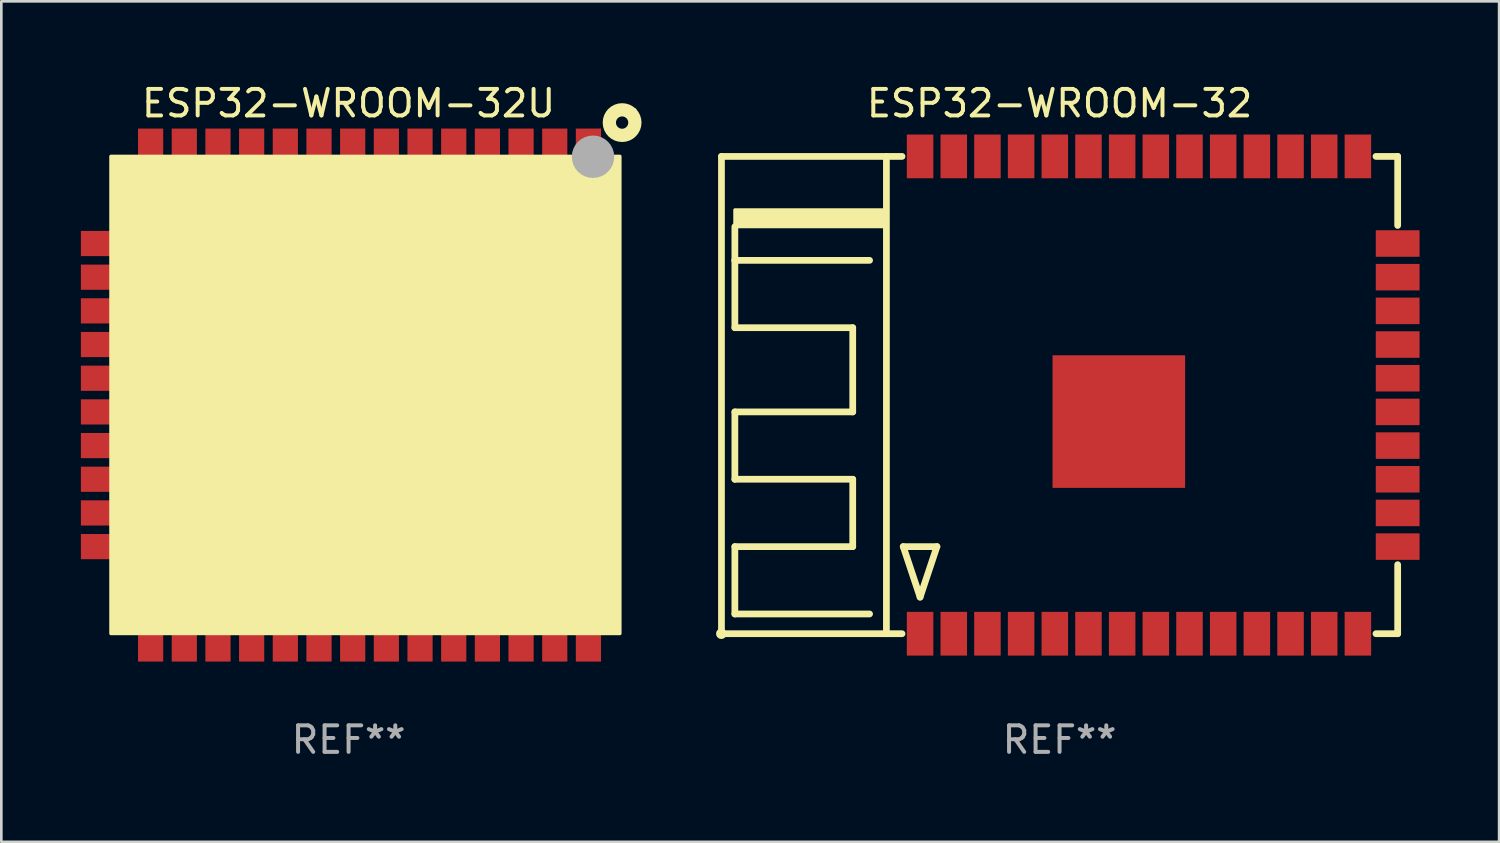
<source format=kicad_pcb>
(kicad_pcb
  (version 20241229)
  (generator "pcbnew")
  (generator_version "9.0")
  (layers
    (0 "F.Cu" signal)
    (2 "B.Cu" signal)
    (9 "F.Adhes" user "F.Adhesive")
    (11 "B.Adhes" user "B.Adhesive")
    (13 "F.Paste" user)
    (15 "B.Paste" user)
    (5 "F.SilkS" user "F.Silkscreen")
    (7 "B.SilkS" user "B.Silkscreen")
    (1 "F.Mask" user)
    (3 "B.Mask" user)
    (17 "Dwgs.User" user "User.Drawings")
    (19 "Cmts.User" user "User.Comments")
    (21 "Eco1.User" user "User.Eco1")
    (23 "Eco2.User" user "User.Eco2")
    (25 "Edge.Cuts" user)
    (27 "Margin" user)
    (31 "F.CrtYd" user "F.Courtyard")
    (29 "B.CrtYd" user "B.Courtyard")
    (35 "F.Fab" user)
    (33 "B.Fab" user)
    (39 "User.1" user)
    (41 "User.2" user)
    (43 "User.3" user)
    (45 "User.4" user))
  (footprint "ESP32-WROOM-32U"
    (layer "F.Cu")
    (at 10.095 11.848)
    (property "Reference" "ESP32-WROOM-32U" (at 0 -11 0) (layer "F.SilkS") (effects (font (size 1 1) (thickness 0.15))))
    (attr through_hole)
    (fp_circle (center 7 5.97) (end 7.708 5.97) (stroke (width 0.254) (type solid)) (fill no) (layer "F.SilkS"))
    (fp_circle (center 7 5.97) (end 8.5 5.97) (stroke (width 0.254) (type solid)) (fill no) (layer "F.SilkS"))
    (fp_circle (center 10.315 -10.275) (end 10.547 -10.275) (stroke (width 0.5) (type solid)) (fill no) (layer "F.SilkS"))
    (fp_circle (center 10.797 -10.757) (end 10.827 -10.757) (stroke (width 0.06) (type solid)) (fill no) (layer "F.SilkS"))
    (fp_poly (pts (xy -8.965 -9.005) (xy 10.235 -9.005) (xy 10.235 8.995) (xy -8.965 8.995)) (stroke (width 0.12) (type solid)) (fill yes) (layer "F.SilkS"))
    (fp_circle (center 9.218 -8.987) (end 9.618 -8.987) (stroke (width 0.8) (type solid)) (fill no) (layer "F.Fab"))
    (fp_text user "WIFI" (at -2.44 4.445 0) (layer "B.Mask") (effects (font (size 1 1) (thickness 0.15))))
    (fp_text user "REF**" (at 0 13 0) (layer "F.Fab") (effects (font (size 1 1) (thickness 0.15))))
    (pad "1" smd rect (at 9.045 -9) (size 0.95 2.1) (layers "F.Cu" "F.Mask" "F.Paste"))
    (pad "2" smd rect (at 7.775 -9) (size 0.95 2.1) (layers "F.Cu" "F.Mask" "F.Paste"))
    (pad "3" smd rect (at 6.505 -9) (size 0.95 2.1) (layers "F.Cu" "F.Mask" "F.Paste"))
    (pad "4" smd rect (at 5.235 -9) (size 0.95 2.1) (layers "F.Cu" "F.Mask" "F.Paste"))
    (pad "5" smd rect (at 3.965 -9) (size 0.95 2.1) (layers "F.Cu" "F.Mask" "F.Paste"))
    (pad "6" smd rect (at 2.695 -9) (size 0.95 2.1) (layers "F.Cu" "F.Mask" "F.Paste"))
    (pad "7" smd rect (at 1.425 -9) (size 0.95 2.1) (layers "F.Cu" "F.Mask" "F.Paste"))
    (pad "8" smd rect (at 0.155 -9) (size 0.95 2.1) (layers "F.Cu" "F.Mask" "F.Paste"))
    (pad "9" smd rect (at -1.115 -9) (size 0.95 2.1) (layers "F.Cu" "F.Mask" "F.Paste"))
    (pad "10" smd rect (at -2.385 -9) (size 0.95 2.1) (layers "F.Cu" "F.Mask" "F.Paste"))
    (pad "11" smd rect (at -3.655 -9) (size 0.95 2.1) (layers "F.Cu" "F.Mask" "F.Paste"))
    (pad "12" smd rect (at -4.925 -9) (size 0.95 2.1) (layers "F.Cu" "F.Mask" "F.Paste"))
    (pad "13" smd rect (at -6.195 -9) (size 0.95 2.1) (layers "F.Cu" "F.Mask" "F.Paste"))
    (pad "14" smd rect (at -7.465 -9) (size 0.95 2.1) (layers "F.Cu" "F.Mask" "F.Paste"))
    (pad "15" smd rect (at -9.045 -5.715) (size 2.1 0.95) (layers "F.Cu" "F.Mask" "F.Paste"))
    (pad "16" smd rect (at -9.045 -4.445) (size 2.1 0.95) (layers "F.Cu" "F.Mask" "F.Paste"))
    (pad "17" smd rect (at -9.045 -3.175) (size 2.1 0.95) (layers "F.Cu" "F.Mask" "F.Paste"))
    (pad "18" smd rect (at -9.045 -1.905) (size 2.1 0.95) (layers "F.Cu" "F.Mask" "F.Paste"))
    (pad "19" smd rect (at -9.045 -0.635) (size 2.1 0.95) (layers "F.Cu" "F.Mask" "F.Paste"))
    (pad "20" smd rect (at -9.045 0.635) (size 2.1 0.95) (layers "F.Cu" "F.Mask" "F.Paste"))
    (pad "21" smd rect (at -9.045 1.905) (size 2.1 0.95) (layers "F.Cu" "F.Mask" "F.Paste"))
    (pad "22" smd rect (at -9.045 3.175) (size 2.1 0.95) (layers "F.Cu" "F.Mask" "F.Paste"))
    (pad "23" smd rect (at -9.045 4.445) (size 2.1 0.95) (layers "F.Cu" "F.Mask" "F.Paste"))
    (pad "24" smd rect (at -9.045 5.715) (size 2.1 0.95) (layers "F.Cu" "F.Mask" "F.Paste"))
    (pad "25" smd rect (at -7.465 9) (size 0.95 2.1) (layers "F.Cu" "F.Mask" "F.Paste"))
    (pad "26" smd rect (at -6.195 9) (size 0.95 2.1) (layers "F.Cu" "F.Mask" "F.Paste"))
    (pad "27" smd rect (at -4.925 9) (size 0.95 2.1) (layers "F.Cu" "F.Mask" "F.Paste"))
    (pad "28" smd rect (at -3.655 9) (size 0.95 2.1) (layers "F.Cu" "F.Mask" "F.Paste"))
    (pad "29" smd rect (at -2.385 9) (size 0.95 2.1) (layers "F.Cu" "F.Mask" "F.Paste"))
    (pad "30" smd rect (at -1.115 9) (size 0.95 2.1) (layers "F.Cu" "F.Mask" "F.Paste"))
    (pad "31" smd rect (at 0.155 9) (size 0.95 2.1) (layers "F.Cu" "F.Mask" "F.Paste"))
    (pad "32" smd rect (at 1.425 9) (size 0.95 2.1) (layers "F.Cu" "F.Mask" "F.Paste"))
    (pad "33" smd rect (at 2.695 9) (size 0.95 2.1) (layers "F.Cu" "F.Mask" "F.Paste"))
    (pad "34" smd rect (at 3.965 9) (size 0.95 2.1) (layers "F.Cu" "F.Mask" "F.Paste"))
    (pad "35" smd rect (at 5.235 9) (size 0.95 2.1) (layers "F.Cu" "F.Mask" "F.Paste"))
    (pad "36" smd rect (at 6.505 9) (size 0.95 2.1) (layers "F.Cu" "F.Mask" "F.Paste"))
    (pad "37" smd rect (at 7.775 9) (size 0.95 2.1) (layers "F.Cu" "F.Mask" "F.Paste"))
    (pad "38" smd rect (at 9.045 9) (size 0.95 2.1) (layers "F.Cu" "F.Mask" "F.Paste"))
    (pad "39" smd rect (at 1.32 -1.51) (size 3.8 3.8) (layers "F.Cu" "F.Mask" "F.Paste")))
  (footprint "ESP32-WROOM-32"
    (layer "F.Cu")
    (at 36.907 11.848)
    (property "Reference" "ESP32-WROOM-32" (at 0 -11 0) (layer "F.SilkS") (effects (font (size 1 1) (thickness 0.15))))
    (attr through_hole)
    (fp_line (start -12.75 9) (end -12.75 -9) (stroke (width 0.254) (type solid)) (layer "F.SilkS"))
    (fp_line (start -12.75 9) (end -5.941 9) (stroke (width 0.254) (type solid)) (layer "F.SilkS"))
    (fp_line (start -12.245 -6.35) (end -12.245 -5.08) (stroke (width 0.254) (type solid)) (layer "F.SilkS"))
    (fp_line (start -12.245 -5.08) (end -12.245 -2.54) (stroke (width 0.254) (type solid)) (layer "F.SilkS"))
    (fp_line (start -12.245 -5.08) (end -7.165 -5.08) (stroke (width 0.254) (type solid)) (layer "F.SilkS"))
    (fp_line (start -12.245 -2.54) (end -7.8 -2.54) (stroke (width 0.254) (type solid)) (layer "F.SilkS"))
    (fp_line (start -12.245 0.635) (end -12.245 3.175) (stroke (width 0.254) (type solid)) (layer "F.SilkS"))
    (fp_line (start -12.245 3.175) (end -7.8 3.175) (stroke (width 0.254) (type solid)) (layer "F.SilkS"))
    (fp_line (start -12.245 5.715) (end -12.245 8.255) (stroke (width 0.254) (type solid)) (layer "F.SilkS"))
    (fp_line (start -12.245 8.255) (end -7.165 8.255) (stroke (width 0.254) (type solid)) (layer "F.SilkS"))
    (fp_line (start -7.8 -2.54) (end -7.8 0.635) (stroke (width 0.254) (type solid)) (layer "F.SilkS"))
    (fp_line (start -7.8 0.635) (end -12.245 0.635) (stroke (width 0.254) (type solid)) (layer "F.SilkS"))
    (fp_line (start -7.8 3.175) (end -7.8 5.715) (stroke (width 0.254) (type solid)) (layer "F.SilkS"))
    (fp_line (start -7.8 5.715) (end -12.245 5.715) (stroke (width 0.254) (type solid)) (layer "F.SilkS"))
    (fp_line (start -6.53 9) (end -6.53 -9) (stroke (width 0.254) (type solid)) (layer "F.SilkS"))
    (fp_line (start -5.941 -9) (end -12.75 -9) (stroke (width 0.254) (type solid)) (layer "F.SilkS"))
    (fp_line (start -5.895 5.715) (end -4.625 5.715) (stroke (width 0.254) (type solid)) (layer "F.SilkS"))
    (fp_line (start -5.26 7.62) (end -5.895 5.715) (stroke (width 0.254) (type solid)) (layer "F.SilkS"))
    (fp_line (start -4.625 5.715) (end -5.26 7.62) (stroke (width 0.254) (type solid)) (layer "F.SilkS"))
    (fp_line (start 11.931 9) (end 12.75 9) (stroke (width 0.254) (type solid)) (layer "F.SilkS"))
    (fp_line (start 12.75 -9) (end 11.931 -9) (stroke (width 0.254) (type solid)) (layer "F.SilkS"))
    (fp_line (start 12.75 -6.396) (end 12.75 -9) (stroke (width 0.254) (type solid)) (layer "F.SilkS"))
    (fp_line (start 12.75 9) (end 12.75 6.396) (stroke (width 0.254) (type solid)) (layer "F.SilkS"))
    (fp_circle (center -12.755 9) (end -12.655 9) (stroke (width 0.2) (type solid)) (fill no) (layer "F.SilkS"))
    (fp_poly (pts (xy -12.245 -6.985) (xy -6.53 -6.985) (xy -6.53 -6.35) (xy -12.245 -6.35)) (stroke (width 0.12) (type solid)) (fill yes) (layer "F.SilkS"))
    (fp_text user "REF**" (at 0 13 0) (layer "F.Fab") (effects (font (size 1 1) (thickness 0.15))))
    (pad "1" smd rect (at -5.26 9) (size 1 1.65) (layers "F.Cu" "F.Mask" "F.Paste"))
    (pad "2" smd rect (at -3.99 9) (size 1 1.65) (layers "F.Cu" "F.Mask" "F.Paste"))
    (pad "3" smd rect (at -2.72 9) (size 1 1.65) (layers "F.Cu" "F.Mask" "F.Paste"))
    (pad "4" smd rect (at -1.45 9) (size 1 1.65) (layers "F.Cu" "F.Mask" "F.Paste"))
    (pad "5" smd rect (at -0.18 9) (size 1 1.65) (layers "F.Cu" "F.Mask" "F.Paste"))
    (pad "6" smd rect (at 1.09 9) (size 1 1.65) (layers "F.Cu" "F.Mask" "F.Paste"))
    (pad "7" smd rect (at 2.36 9) (size 1 1.65) (layers "F.Cu" "F.Mask" "F.Paste"))
    (pad "8" smd rect (at 3.63 9) (size 1 1.65) (layers "F.Cu" "F.Mask" "F.Paste"))
    (pad "9" smd rect (at 4.9 9) (size 1 1.65) (layers "F.Cu" "F.Mask" "F.Paste"))
    (pad "10" smd rect (at 6.17 9) (size 1 1.65) (layers "F.Cu" "F.Mask" "F.Paste"))
    (pad "11" smd rect (at 7.44 9) (size 1 1.65) (layers "F.Cu" "F.Mask" "F.Paste"))
    (pad "12" smd rect (at 8.71 9) (size 1 1.65) (layers "F.Cu" "F.Mask" "F.Paste"))
    (pad "13" smd rect (at 9.98 9) (size 1 1.65) (layers "F.Cu" "F.Mask" "F.Paste"))
    (pad "14" smd rect (at 11.25 9) (size 1 1.65) (layers "F.Cu" "F.Mask" "F.Paste"))
    (pad "15" smd rect (at 12.75 5.715) (size 1.65 1) (layers "F.Cu" "F.Mask" "F.Paste"))
    (pad "16" smd rect (at 12.75 4.445) (size 1.65 1) (layers "F.Cu" "F.Mask" "F.Paste"))
    (pad "17" smd rect (at 12.75 3.175) (size 1.65 1) (layers "F.Cu" "F.Mask" "F.Paste"))
    (pad "18" smd rect (at 12.75 1.905) (size 1.65 1) (layers "F.Cu" "F.Mask" "F.Paste"))
    (pad "19" smd rect (at 12.75 0.635) (size 1.65 1) (layers "F.Cu" "F.Mask" "F.Paste"))
    (pad "20" smd rect (at 12.75 -0.635) (size 1.65 1) (layers "F.Cu" "F.Mask" "F.Paste"))
    (pad "21" smd rect (at 12.75 -1.905) (size 1.65 1) (layers "F.Cu" "F.Mask" "F.Paste"))
    (pad "22" smd rect (at 12.75 -3.175) (size 1.65 1) (layers "F.Cu" "F.Mask" "F.Paste"))
    (pad "23" smd rect (at 12.75 -4.445) (size 1.65 1) (layers "F.Cu" "F.Mask" "F.Paste"))
    (pad "24" smd rect (at 12.75 -5.715) (size 1.65 1) (layers "F.Cu" "F.Mask" "F.Paste"))
    (pad "25" smd rect (at 11.25 -9) (size 1 1.65) (layers "F.Cu" "F.Mask" "F.Paste"))
    (pad "26" smd rect (at 9.98 -9) (size 1 1.65) (layers "F.Cu" "F.Mask" "F.Paste"))
    (pad "27" smd rect (at 8.71 -9) (size 1 1.65) (layers "F.Cu" "F.Mask" "F.Paste"))
    (pad "28" smd rect (at 7.44 -9) (size 1 1.65) (layers "F.Cu" "F.Mask" "F.Paste"))
    (pad "29" smd rect (at 6.17 -9) (size 1 1.65) (layers "F.Cu" "F.Mask" "F.Paste"))
    (pad "30" smd rect (at 4.9 -9) (size 1 1.65) (layers "F.Cu" "F.Mask" "F.Paste"))
    (pad "31" smd rect (at 3.63 -9) (size 1 1.65) (layers "F.Cu" "F.Mask" "F.Paste"))
    (pad "32" smd rect (at 2.36 -9) (size 1 1.65) (layers "F.Cu" "F.Mask" "F.Paste"))
    (pad "33" smd rect (at 1.09 -9) (size 1 1.65) (layers "F.Cu" "F.Mask" "F.Paste"))
    (pad "34" smd rect (at -0.18 -9) (size 1 1.65) (layers "F.Cu" "F.Mask" "F.Paste"))
    (pad "35" smd rect (at -1.45 -9) (size 1 1.65) (layers "F.Cu" "F.Mask" "F.Paste"))
    (pad "36" smd rect (at -2.72 -9) (size 1 1.65) (layers "F.Cu" "F.Mask" "F.Paste"))
    (pad "37" smd rect (at -3.99 -9) (size 1 1.65) (layers "F.Cu" "F.Mask" "F.Paste"))
    (pad "38" smd rect (at -5.26 -9) (size 1 1.65) (layers "F.Cu" "F.Mask" "F.Paste"))
    (pad "39" smd rect (at 2.235 1 270) (size 5 5) (layers "F.Cu" "F.Mask" "F.Paste")))
  (gr_rect
    (start -3 -3)
    (end 53.482 28.697)
    (stroke (width 0.1) (type default))
    (fill no)
    (layer "Edge.Cuts")))
</source>
